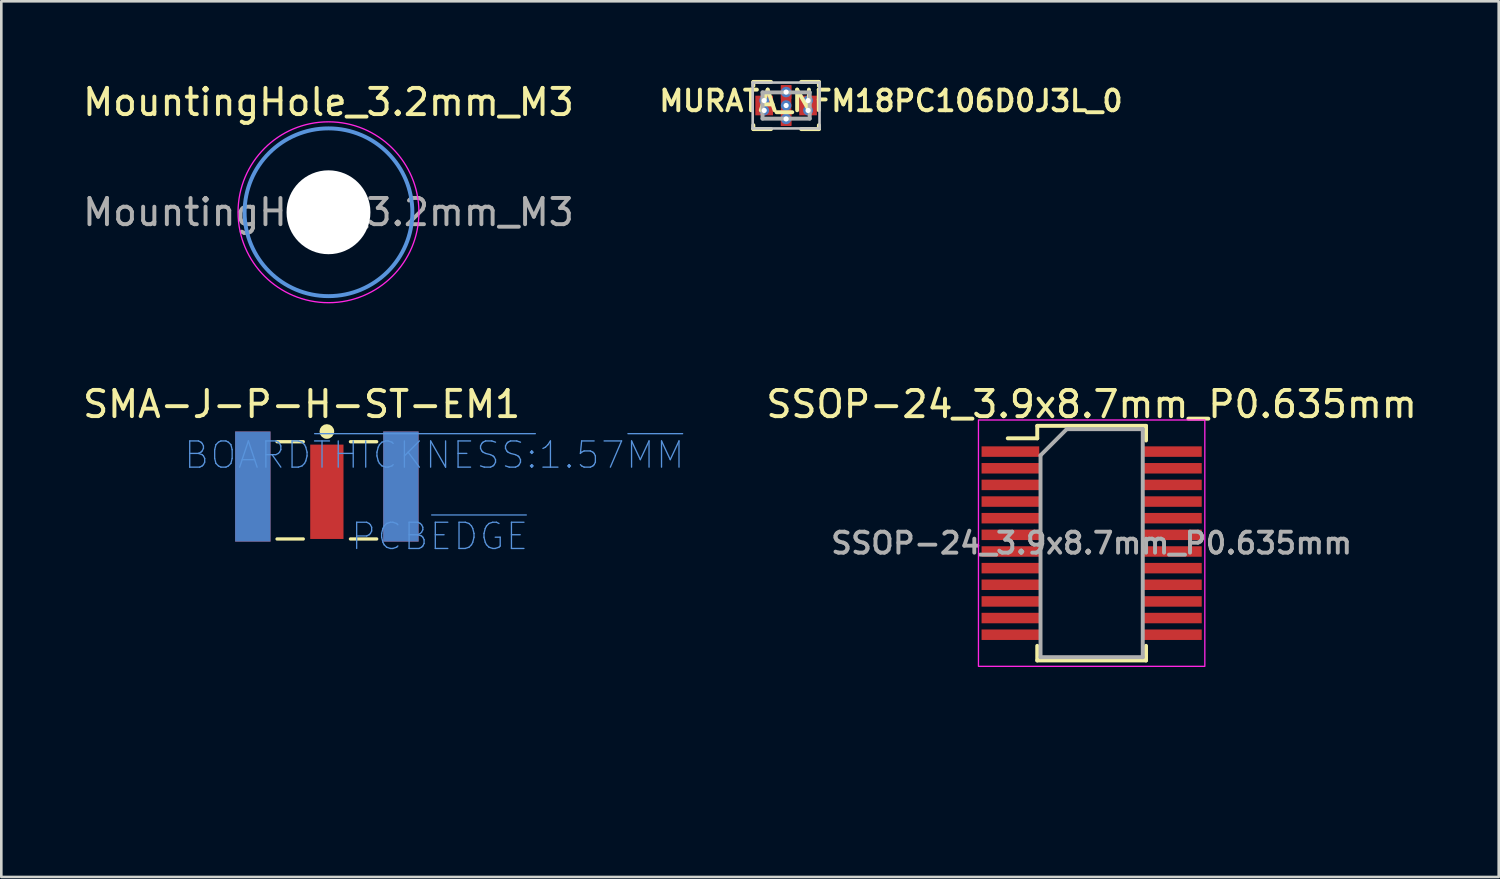
<source format=kicad_pcb>
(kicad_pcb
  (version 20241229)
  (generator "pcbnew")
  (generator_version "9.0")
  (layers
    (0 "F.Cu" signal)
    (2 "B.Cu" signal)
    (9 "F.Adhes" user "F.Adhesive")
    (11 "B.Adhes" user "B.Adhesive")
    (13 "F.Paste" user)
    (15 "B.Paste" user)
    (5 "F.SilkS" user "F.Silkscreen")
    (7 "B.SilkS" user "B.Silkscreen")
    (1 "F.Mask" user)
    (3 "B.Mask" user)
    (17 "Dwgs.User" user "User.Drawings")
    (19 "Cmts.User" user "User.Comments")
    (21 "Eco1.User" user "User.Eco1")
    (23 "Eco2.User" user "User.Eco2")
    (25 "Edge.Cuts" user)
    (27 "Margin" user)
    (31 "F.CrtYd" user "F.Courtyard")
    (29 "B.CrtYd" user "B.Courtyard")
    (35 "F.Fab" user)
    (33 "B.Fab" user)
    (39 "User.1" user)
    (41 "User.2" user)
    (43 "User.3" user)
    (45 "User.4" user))
  (footprint "MURATA_NFM18PC106D0J3L_0"
    (layer "F.Cu")
    (at 26.941 0.975)
    (property "Reference" "MURATA_NFM18PC106D0J3L_0" (at 4 -0.175 0) (layer "F.SilkS") (effects (font (size 0.787 0.787) (thickness 0.15))))
    (attr through_hole)
    (fp_line (start -1.25 -0.9) (end -0.575 -0.9) (stroke (width 0.15) (type solid)) (layer "F.SilkS"))
    (fp_line (start -1.25 -0.75) (end -1.25 -0.9) (stroke (width 0.15) (type solid)) (layer "F.SilkS"))
    (fp_line (start -1.25 0.9) (end -1.25 0.75) (stroke (width 0.15) (type solid)) (layer "F.SilkS"))
    (fp_line (start -1.25 0.9) (end -0.575 0.9) (stroke (width 0.15) (type solid)) (layer "F.SilkS"))
    (fp_line (start 0.575 -0.9) (end 1.25 -0.9) (stroke (width 0.15) (type solid)) (layer "F.SilkS"))
    (fp_line (start 0.575 0.9) (end 1.25 0.9) (stroke (width 0.15) (type solid)) (layer "F.SilkS"))
    (fp_line (start 1.25 -0.75) (end 1.25 -0.9) (stroke (width 0.15) (type solid)) (layer "F.SilkS"))
    (fp_line (start 1.25 0.9) (end 1.25 0.75) (stroke (width 0.15) (type solid)) (layer "F.SilkS"))
    (fp_line (start -1.275 -0.875) (end 1.275 -0.875) (stroke (width 0.1) (type solid)) (layer "Dwgs.User"))
    (fp_line (start -1.275 0.875) (end -1.275 -0.875) (stroke (width 0.1) (type solid)) (layer "Dwgs.User"))
    (fp_line (start 1.275 -0.875) (end 1.275 0.875) (stroke (width 0.1) (type solid)) (layer "Dwgs.User"))
    (fp_line (start 1.275 0.875) (end -1.275 0.875) (stroke (width 0.1) (type solid)) (layer "Dwgs.User"))
    (fp_line (start -0.9 -0.5) (end 0.9 -0.5) (stroke (width 0.15) (type solid)) (layer "F.Fab"))
    (fp_line (start -0.9 0.5) (end -0.9 -0.5) (stroke (width 0.15) (type solid)) (layer "F.Fab"))
    (fp_line (start 0.9 -0.5) (end 0.9 0.5) (stroke (width 0.15) (type solid)) (layer "F.Fab"))
    (fp_line (start 0.9 0.5) (end -0.9 0.5) (stroke (width 0.15) (type solid)) (layer "F.Fab"))
    (pad "1" smd rect (at -0.837 0) (size 0.675 0.75) (layers "F.Cu" "F.Mask" "F.Paste"))
    (pad "2" smd rect (at 0 0) (size 0.4 1.55) (layers "F.Cu" "F.Mask" "F.Paste"))
    (pad "3" smd rect (at 0.837 0) (size 0.675 0.75) (layers "F.Cu" "F.Mask" "F.Paste"))
    (pad "pad_1" thru_hole circle (at 0 -0.512) (size 0.4 0.4) (drill 0.2) (layers "*.Cu" "*.Mask"))
    (pad "pad_2" thru_hole circle (at 0 0.512) (size 0.4 0.4) (drill 0.2) (layers "*.Cu" "*.Mask"))
    (pad "pad_3" thru_hole circle (at 0 0) (size 0.4 0.4) (drill 0.2) (layers "*.Cu" "*.Mask"))
    (pad "pad_4" thru_hole circle (at -0.837 -0.188) (size 0.375 0.375) (drill 0.2) (layers "*.Cu" "*.Mask"))
    (pad "pad_5" thru_hole circle (at -0.837 0.188) (size 0.375 0.375) (drill 0.2) (layers "*.Cu" "*.Mask"))
    (pad "pad_6" thru_hole circle (at 0.837 0.188) (size 0.375 0.375) (drill 0.2) (layers "*.Cu" "*.Mask"))
    (pad "pad_7" thru_hole circle (at 0.837 -0.188) (size 0.375 0.375) (drill 0.2) (layers "*.Cu" "*.Mask"))
    (pad "smd_4" smd rect (at 0 -0.512) (size 0.4 0.525) (layers "F.Cu" "F.Mask" "F.Paste"))
    (pad "smd_5" smd rect (at 0 0.512) (size 0.4 0.525) (layers "F.Cu" "F.Mask" "F.Paste")))
  (footprint "SMA-J-P-H-ST-EM1"
    (layer "F.Cu")
    (at 9.42 15.712)
    (property "Reference" "SMA-J-P-H-ST-EM1" (at -0.962 -3.341 0) (layer "F.SilkS") (effects (font (size 1 1) (thickness 0.15))))
    (attr smd)
    (fp_line (start -1.9 -1.91) (end -0.9 -1.91) (stroke (width 0.127) (type solid)) (layer "F.SilkS"))
    (fp_line (start -1.9 1.8) (end -0.9 1.8) (stroke (width 0.127) (type solid)) (layer "F.SilkS"))
    (fp_line (start 0.9 -1.91) (end 1.9 -1.91) (stroke (width 0.127) (type solid)) (layer "F.SilkS"))
    (fp_line (start 0.9 1.8) (end 1.9 1.8) (stroke (width 0.127) (type solid)) (layer "F.SilkS"))
    (fp_circle (center 0 -2.3) (end 0.14 -2.3) (stroke (width 0.28) (type solid)) (fill no) (layer "F.SilkS"))
    (fp_line (start -3.75 -2.55) (end 3.75 -2.55) (stroke (width 0.05) (type solid)) (layer "Eco1.User"))
    (fp_line (start -3.75 2.15) (end -3.75 -2.55) (stroke (width 0.05) (type solid)) (layer "Eco1.User"))
    (fp_line (start -3.425 2.15) (end -3.75 2.15) (stroke (width 0.05) (type solid)) (layer "Eco1.User"))
    (fp_line (start -3.425 11.67) (end -3.425 2.15) (stroke (width 0.05) (type solid)) (layer "Eco1.User"))
    (fp_line (start 3.425 2.15) (end 3.425 11.67) (stroke (width 0.05) (type solid)) (layer "Eco1.User"))
    (fp_line (start 3.425 11.67) (end -3.425 11.67) (stroke (width 0.05) (type solid)) (layer "Eco1.User"))
    (fp_line (start 3.75 -2.55) (end 3.75 2.15) (stroke (width 0.05) (type solid)) (layer "Eco1.User"))
    (fp_line (start 3.75 2.15) (end 3.425 2.15) (stroke (width 0.05) (type solid)) (layer "Eco1.User"))
    (fp_line (start -5 1.9) (end -3.175 1.9) (stroke (width 0.127) (type solid)) (layer "Eco2.User"))
    (fp_line (start -3.175 -1.91) (end 3.175 -1.91) (stroke (width 0.127) (type solid)) (layer "Eco2.User"))
    (fp_line (start -3.175 1.9) (end -3.175 -1.91) (stroke (width 0.127) (type solid)) (layer "Eco2.User"))
    (fp_line (start -3.175 1.9) (end 3.175 1.9) (stroke (width 0.127) (type solid)) (layer "Eco2.User"))
    (fp_line (start -3.165 11.42) (end -3.175 1.9) (stroke (width 0.127) (type solid)) (layer "Eco2.User"))
    (fp_line (start 3.165 11.42) (end -3.165 11.42) (stroke (width 0.127) (type solid)) (layer "Eco2.User"))
    (fp_line (start 3.175 -1.91) (end 3.175 1.9) (stroke (width 0.127) (type solid)) (layer "Eco2.User"))
    (fp_line (start 3.175 1.9) (end 3.165 11.42) (stroke (width 0.127) (type solid)) (layer "Eco2.User"))
    (fp_line (start 3.175 1.9) (end 5 1.9) (stroke (width 0.127) (type solid)) (layer "Eco2.User"))
    (fp_text user "PCB~{EDGE}" (at 4.304 1.702 0) (layer "Cmts.User") (effects (font (size 1 1) (thickness 0.05))))
    (fp_text user "BOARD~{THICKNESS:}1.57~{MM}" (at 4.101 -1.4 0) (layer "Cmts.User") (effects (font (size 1 1) (thickness 0.05))))
    (pad "1" smd rect (at 0 0) (size 1.27 3.6) (layers "F.Cu" "F.Mask" "F.Paste"))
    (pad "2" smd rect (at -2.825 -0.2) (size 1.35 4.2) (layers "F.Cu" "F.Mask" "F.Paste"))
    (pad "2" smd rect (at -2.825 -0.2) (size 1.35 4.2) (layers "B.Cu" "B.Mask" "B.Paste"))
    (pad "2" smd rect (at 2.825 -0.2) (size 1.35 4.2) (layers "F.Cu" "F.Mask" "F.Paste"))
    (pad "2" smd rect (at 2.825 -0.2) (size 1.35 4.2) (layers "B.Cu" "B.Mask" "B.Paste")))
  (footprint "MountingHole_3.2mm_M3"
    (layer "F.Cu")
    (at 9.482 5.048)
    (property "Reference" "MountingHole_3.2mm_M3" (at 0 -4.2 0) (layer "F.SilkS") (effects (font (size 1 1) (thickness 0.15))))
    (attr exclude_from_pos_files exclude_from_bom)
    (fp_circle (center 0 0) (end 3.2 0) (stroke (width 0.15) (type solid)) (fill no) (layer "Cmts.User"))
    (fp_circle (center 0 0) (end 3.45 0) (stroke (width 0.05) (type solid)) (fill no) (layer "F.CrtYd"))
    (fp_text user "${REFERENCE}" (at 0 0 0) (layer "F.Fab") (effects (font (size 1 1) (thickness 0.15))))
    (pad "" np_thru_hole circle (at 0 0) (size 3.2 3.2) (drill 3.2) (layers "*.Cu" "*.Mask")))
  (footprint "SSOP-24_3.9x8.7mm_P0.635mm"
    (layer "F.Cu")
    (at 38.597 17.672)
    (property "Reference" "SSOP-24_3.9x8.7mm_P0.635mm" (at 0 -5.3 180) (layer "F.SilkS") (effects (font (size 1 1) (thickness 0.15))))
    (attr smd)
    (fp_line (start -2.075 -4.475) (end -2.075 -4) (stroke (width 0.15) (type solid)) (layer "F.SilkS"))
    (fp_line (start -2.075 -4.475) (end 2.075 -4.475) (stroke (width 0.15) (type solid)) (layer "F.SilkS"))
    (fp_line (start -2.075 -4) (end -3.2 -4) (stroke (width 0.15) (type solid)) (layer "F.SilkS"))
    (fp_line (start -2.075 4.475) (end -2.075 3.917) (stroke (width 0.15) (type solid)) (layer "F.SilkS"))
    (fp_line (start -2.075 4.475) (end 2.075 4.475) (stroke (width 0.15) (type solid)) (layer "F.SilkS"))
    (fp_line (start 2.075 -4.475) (end 2.075 -3.917) (stroke (width 0.15) (type solid)) (layer "F.SilkS"))
    (fp_line (start 2.075 4.475) (end 2.075 3.917) (stroke (width 0.15) (type solid)) (layer "F.SilkS"))
    (fp_rect (start -4.318 -4.699) (end 4.318 4.699) (stroke (width 0.05) (type default)) (fill no) (layer "F.CrtYd"))
    (fp_line (start -1.95 -3.35) (end -0.95 -4.35) (stroke (width 0.15) (type solid)) (layer "F.Fab"))
    (fp_line (start -1.95 4.35) (end -1.95 -3.35) (stroke (width 0.15) (type solid)) (layer "F.Fab"))
    (fp_line (start -0.95 -4.35) (end 1.95 -4.35) (stroke (width 0.15) (type solid)) (layer "F.Fab"))
    (fp_line (start 1.95 -4.35) (end 1.95 4.35) (stroke (width 0.15) (type solid)) (layer "F.Fab"))
    (fp_line (start 1.95 4.35) (end -1.95 4.35) (stroke (width 0.15) (type solid)) (layer "F.Fab"))
    (fp_text user "${REFERENCE}" (at 0 0 180) (layer "F.Fab") (effects (font (size 0.8 0.8) (thickness 0.15))))
    (pad "1" smd rect (at -3.1 -3.493) (size 2.2 0.4) (layers "F.Cu" "F.Mask" "F.Paste"))
    (pad "2" smd rect (at -3.1 -2.857) (size 2.2 0.4) (layers "F.Cu" "F.Mask" "F.Paste"))
    (pad "3" smd rect (at -3.1 -2.223) (size 2.2 0.4) (layers "F.Cu" "F.Mask" "F.Paste"))
    (pad "4" smd rect (at -3.1 -1.587) (size 2.2 0.4) (layers "F.Cu" "F.Mask" "F.Paste"))
    (pad "5" smd rect (at -3.1 -0.953) (size 2.2 0.4) (layers "F.Cu" "F.Mask" "F.Paste"))
    (pad "6" smd rect (at -3.1 -0.318) (size 2.2 0.4) (layers "F.Cu" "F.Mask" "F.Paste"))
    (pad "7" smd rect (at -3.1 0.318) (size 2.2 0.4) (layers "F.Cu" "F.Mask" "F.Paste"))
    (pad "8" smd rect (at -3.1 0.953) (size 2.2 0.4) (layers "F.Cu" "F.Mask" "F.Paste"))
    (pad "9" smd rect (at -3.1 1.587) (size 2.2 0.4) (layers "F.Cu" "F.Mask" "F.Paste"))
    (pad "10" smd rect (at -3.1 2.223) (size 2.2 0.4) (layers "F.Cu" "F.Mask" "F.Paste"))
    (pad "11" smd rect (at -3.1 2.857) (size 2.2 0.4) (layers "F.Cu" "F.Mask" "F.Paste"))
    (pad "12" smd rect (at -3.1 3.493) (size 2.2 0.4) (layers "F.Cu" "F.Mask" "F.Paste"))
    (pad "13" smd rect (at 3.1 3.493) (size 2.2 0.4) (layers "F.Cu" "F.Mask" "F.Paste"))
    (pad "14" smd rect (at 3.1 2.857) (size 2.2 0.4) (layers "F.Cu" "F.Mask" "F.Paste"))
    (pad "15" smd rect (at 3.1 2.223) (size 2.2 0.4) (layers "F.Cu" "F.Mask" "F.Paste"))
    (pad "16" smd rect (at 3.1 1.587) (size 2.2 0.4) (layers "F.Cu" "F.Mask" "F.Paste"))
    (pad "17" smd rect (at 3.1 0.953) (size 2.2 0.4) (layers "F.Cu" "F.Mask" "F.Paste"))
    (pad "18" smd rect (at 3.1 0.318) (size 2.2 0.4) (layers "F.Cu" "F.Mask" "F.Paste"))
    (pad "19" smd rect (at 3.1 -0.318) (size 2.2 0.4) (layers "F.Cu" "F.Mask" "F.Paste"))
    (pad "20" smd rect (at 3.1 -0.953) (size 2.2 0.4) (layers "F.Cu" "F.Mask" "F.Paste"))
    (pad "21" smd rect (at 3.1 -1.587) (size 2.2 0.4) (layers "F.Cu" "F.Mask" "F.Paste"))
    (pad "22" smd rect (at 3.1 -2.223) (size 2.2 0.4) (layers "F.Cu" "F.Mask" "F.Paste"))
    (pad "23" smd rect (at 3.1 -2.857) (size 2.2 0.4) (layers "F.Cu" "F.Mask" "F.Paste"))
    (pad "24" smd rect (at 3.1 -3.493) (size 2.2 0.4) (layers "F.Cu" "F.Mask" "F.Paste")))
  (gr_rect
    (start -3 -3)
    (end 54.127 30.407)
    (stroke (width 0.1) (type default))
    (fill no)
    (layer "Edge.Cuts")))
</source>
